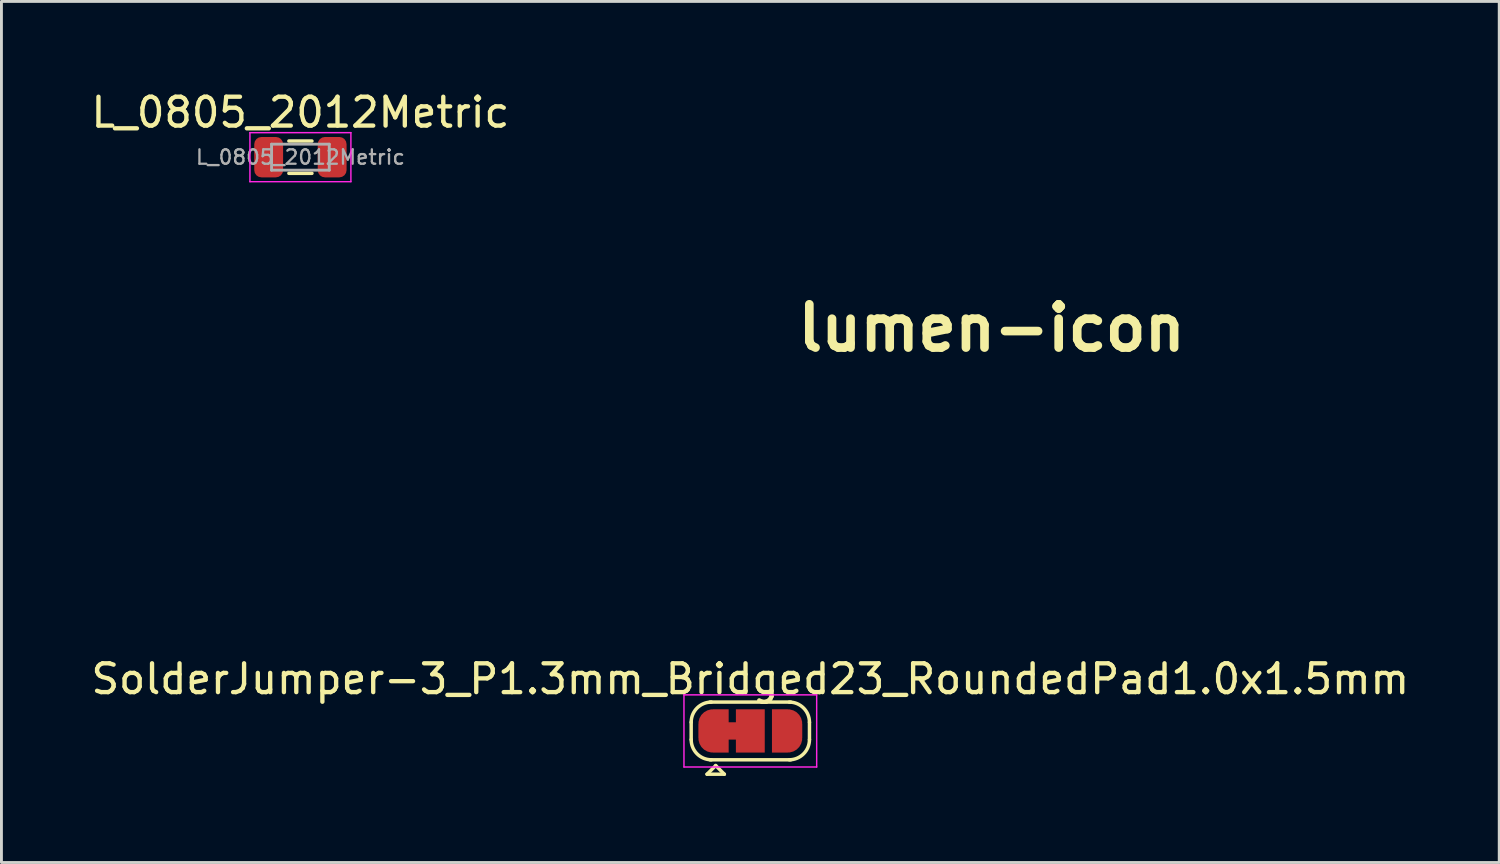
<source format=kicad_pcb>
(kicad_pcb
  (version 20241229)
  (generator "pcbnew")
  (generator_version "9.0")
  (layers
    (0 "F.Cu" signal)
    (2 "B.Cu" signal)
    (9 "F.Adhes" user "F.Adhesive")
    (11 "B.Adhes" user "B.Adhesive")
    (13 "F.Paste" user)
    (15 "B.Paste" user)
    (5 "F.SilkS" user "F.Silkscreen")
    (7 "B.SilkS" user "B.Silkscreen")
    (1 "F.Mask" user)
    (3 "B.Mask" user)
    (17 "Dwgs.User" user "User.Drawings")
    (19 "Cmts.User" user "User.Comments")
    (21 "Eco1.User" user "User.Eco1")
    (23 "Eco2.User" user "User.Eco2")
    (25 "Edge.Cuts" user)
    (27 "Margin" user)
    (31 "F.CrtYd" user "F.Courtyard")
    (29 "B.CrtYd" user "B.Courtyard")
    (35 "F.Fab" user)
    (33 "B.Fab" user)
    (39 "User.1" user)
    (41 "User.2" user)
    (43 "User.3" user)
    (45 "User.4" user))
  (footprint "lumen-icon"
    (layer "F.Cu")
    (at 31.325 8.319)
    (property "Reference" "lumen-icon" (at 0 0 0) (layer "F.SilkS") (effects (font (size 1.5 1.5) (thickness 0.3))))
    (attr board_only exclude_from_pos_files exclude_from_bom)
    (fp_poly (pts (xy 1.639 -6.7) (xy 3.258 -5.081) (xy 3.258 -4.191) (xy 3.258 -3.3) (xy 5.695 -3.3) (xy 8.132 -3.3) (xy 10.866 -0.565) (xy 13.601 2.17) (xy 13.601 5.244) (xy 13.601 8.319) (xy 12.312 8.319) (xy 11.022 8.319) (xy 11.022 6.884) (xy 11.022 5.449) (xy 0 5.449) (xy -11.022 5.449) (xy -11.022 6.884) (xy -11.022 8.319) (xy -12.294 8.318) (xy -12.515 8.318) (xy -12.709 8.318) (xy -12.878 8.317) (xy -13.025 8.317) (xy -13.15 8.316) (xy -13.256 8.315) (xy -13.343 8.314) (xy -13.414 8.313) (xy -13.47 8.311) (xy -13.513 8.309) (xy -13.545 8.307) (xy -13.566 8.304) (xy -13.578 8.301) (xy -13.584 8.298) (xy -13.586 8.292) (xy -13.587 8.276) (xy -13.588 8.25) (xy -13.589 8.212) (xy -13.591 8.164) (xy -13.592 8.103) (xy -13.593 8.029) (xy -13.593 7.941) (xy -13.594 7.84) (xy -13.595 7.723) (xy -13.596 7.59) (xy -13.596 7.441) (xy -13.597 7.276) (xy -13.597 7.092) (xy -13.598 6.891) (xy -13.598 6.67) (xy -13.598 6.429) (xy -13.598 6.169) (xy -13.599 5.887) (xy -13.599 5.583) (xy -13.599 5.257) (xy -13.599 4.908) (xy -13.599 4.536) (xy -13.598 4.139) (xy -13.598 3.716) (xy -13.598 3.269) (xy -13.598 2.794) (xy -13.597 2.312) (xy -13.597 1.824) (xy -13.597 1.477) (xy -3.359 1.477) (xy -3.347 1.597) (xy -3.311 1.715) (xy -3.249 1.83) (xy -3.16 1.944) (xy -3.068 2.038) (xy -2.926 2.155) (xy -2.76 2.265) (xy -2.57 2.368) (xy -2.358 2.463) (xy -2.127 2.55) (xy -1.879 2.628) (xy -1.615 2.696) (xy -1.337 2.754) (xy -1.046 2.801) (xy -0.746 2.837) (xy -0.541 2.854) (xy -0.44 2.859) (xy -0.318 2.864) (xy -0.183 2.866) (xy -0.041 2.867) (xy 0.102 2.867) (xy 0.239 2.865) (xy 0.364 2.862) (xy 0.469 2.858) (xy 0.499 2.856) (xy 0.819 2.828) (xy 1.126 2.788) (xy 1.419 2.738) (xy 1.697 2.677) (xy 1.958 2.606) (xy 2.202 2.526) (xy 2.426 2.437) (xy 2.63 2.34) (xy 2.812 2.235) (xy 2.972 2.122) (xy 3.106 2.002) (xy 3.216 1.875) (xy 3.231 1.854) (xy 3.301 1.734) (xy 3.344 1.613) (xy 3.361 1.493) (xy 3.351 1.373) (xy 3.316 1.254) (xy 3.256 1.137) (xy 3.172 1.023) (xy 3.064 0.911) (xy 2.933 0.804) (xy 2.779 0.701) (xy 2.603 0.603) (xy 2.406 0.511) (xy 2.188 0.425) (xy 1.949 0.346) (xy 1.879 0.326) (xy 1.636 0.262) (xy 1.378 0.208) (xy 1.101 0.162) (xy 0.802 0.124) (xy 0.728 0.116) (xy 0.601 0.105) (xy 0.453 0.097) (xy 0.288 0.092) (xy 0.113 0.089) (xy -0.067 0.089) (xy -0.246 0.092) (xy -0.418 0.097) (xy -0.578 0.105) (xy -0.72 0.116) (xy -0.783 0.122) (xy -1.147 0.169) (xy -1.486 0.23) (xy -1.801 0.304) (xy -2.092 0.39) (xy -2.302 0.467) (xy -2.516 0.56) (xy -2.708 0.659) (xy -2.876 0.763) (xy -3.02 0.873) (xy -3.14 0.986) (xy -3.234 1.103) (xy -3.302 1.224) (xy -3.344 1.347) (xy -3.359 1.472) (xy -3.359 1.477) (xy -13.597 1.477) (xy -13.597 1.363) (xy -13.597 0.927) (xy -13.596 0.659) (xy -12.09 0.659) (xy -10.111 -1.321) (xy -8.132 -3.3) (xy -5.695 -3.3) (xy -3.258 -3.3) (xy -3.258 -4.191) (xy -3.258 -5.081) (xy -2.395 -5.944) (xy -1.532 -6.808) (xy -5.116 -6.808) (xy -5.496 -6.808) (xy -5.849 -6.807) (xy -6.177 -6.807) (xy -6.479 -6.807) (xy -6.758 -6.807) (xy -7.014 -6.807) (xy -7.249 -6.806) (xy -7.463 -6.806) (xy -7.657 -6.806) (xy -7.832 -6.805) (xy -7.99 -6.804) (xy -8.131 -6.804) (xy -8.256 -6.803) (xy -8.367 -6.802) (xy -8.464 -6.801) (xy -8.548 -6.8) (xy -8.621 -6.798) (xy -8.683 -6.797) (xy -8.735 -6.796) (xy -8.778 -6.794) (xy -8.814 -6.792) (xy -8.843 -6.79) (xy -8.867 -6.788) (xy -8.875 -6.787) (xy -9.185 -6.737) (xy -9.489 -6.661) (xy -9.785 -6.559) (xy -10.07 -6.433) (xy -10.344 -6.284) (xy -10.603 -6.111) (xy -10.785 -5.969) (xy -10.875 -5.89) (xy -10.974 -5.795) (xy -11.076 -5.691) (xy -11.176 -5.585) (xy -11.267 -5.481) (xy -11.344 -5.386) (xy -11.365 -5.359) (xy -11.537 -5.109) (xy -11.685 -4.852) (xy -11.81 -4.583) (xy -11.914 -4.301) (xy -11.998 -4.003) (xy -12.052 -3.75) (xy -12.056 -3.728) (xy -12.06 -3.706) (xy -12.063 -3.684) (xy -12.066 -3.659) (xy -12.069 -3.632) (xy -12.071 -3.599) (xy -12.073 -3.56) (xy -12.075 -3.513) (xy -12.077 -3.458) (xy -12.078 -3.392) (xy -12.079 -3.314) (xy -12.08 -3.223) (xy -12.081 -3.117) (xy -12.082 -2.996) (xy -12.083 -2.857) (xy -12.084 -2.699) (xy -12.084 -2.521) (xy -12.085 -2.321) (xy -12.085 -2.098) (xy -12.086 -1.851) (xy -12.086 -1.578) (xy -12.086 -1.463) (xy -12.09 0.659) (xy -13.596 0.659) (xy -13.596 0.517) (xy -13.596 0.132) (xy -13.596 -0.23) (xy -13.596 -0.569) (xy -13.595 -0.886) (xy -13.595 -1.181) (xy -13.595 -1.456) (xy -13.594 -1.712) (xy -13.594 -1.949) (xy -13.593 -2.167) (xy -13.592 -2.369) (xy -13.592 -2.554) (xy -13.591 -2.723) (xy -13.589 -2.878) (xy -13.588 -3.018) (xy -13.587 -3.146) (xy -13.585 -3.261) (xy -13.584 -3.364) (xy -13.582 -3.457) (xy -13.579 -3.54) (xy -13.577 -3.613) (xy -13.574 -3.679) (xy -13.572 -3.736) (xy -13.569 -3.787) (xy -13.565 -3.833) (xy -13.562 -3.873) (xy -13.558 -3.908) (xy -13.553 -3.941) (xy -13.549 -3.97) (xy -13.544 -3.998) (xy -13.539 -4.025) (xy -13.533 -4.051) (xy -13.527 -4.078) (xy -13.521 -4.107) (xy -13.515 -4.137) (xy -13.508 -4.171) (xy -13.503 -4.194) (xy -13.417 -4.557) (xy -13.306 -4.911) (xy -13.17 -5.253) (xy -13.009 -5.585) (xy -12.826 -5.903) (xy -12.621 -6.207) (xy -12.394 -6.495) (xy -12.146 -6.768) (xy -11.879 -7.023) (xy -11.593 -7.259) (xy -11.289 -7.476) (xy -10.967 -7.672) (xy -10.928 -7.694) (xy -10.616 -7.851) (xy -10.295 -7.986) (xy -9.962 -8.099) (xy -9.615 -8.191) (xy -9.251 -8.262) (xy -9.13 -8.281) (xy -8.922 -8.311) (xy -4.451 -8.315) (xy 0.02 -8.319)) (stroke (width 0) (type solid)) (fill yes) (layer "F.Mask")))
  (footprint "L_0805_2012Metric"
    (layer "F.Cu")
    (at 7.363 2.398)
    (property "Reference" "L_0805_2012Metric" (at 0 -1.55 0) (layer "F.SilkS") (effects (font (size 1 1) (thickness 0.15))))
    (attr smd)
    (fp_line (start -0.4 -0.56) (end 0.4 -0.56) (stroke (width 0.12) (type solid)) (layer "F.SilkS"))
    (fp_line (start -0.4 0.56) (end 0.4 0.56) (stroke (width 0.12) (type solid)) (layer "F.SilkS"))
    (fp_line (start -1.75 -0.85) (end 1.75 -0.85) (stroke (width 0.05) (type solid)) (layer "F.CrtYd"))
    (fp_line (start -1.75 0.85) (end -1.75 -0.85) (stroke (width 0.05) (type solid)) (layer "F.CrtYd"))
    (fp_line (start 1.75 -0.85) (end 1.75 0.85) (stroke (width 0.05) (type solid)) (layer "F.CrtYd"))
    (fp_line (start 1.75 0.85) (end -1.75 0.85) (stroke (width 0.05) (type solid)) (layer "F.CrtYd"))
    (fp_line (start -1 -0.45) (end 1 -0.45) (stroke (width 0.1) (type solid)) (layer "F.Fab"))
    (fp_line (start -1 0.45) (end -1 -0.45) (stroke (width 0.1) (type solid)) (layer "F.Fab"))
    (fp_line (start 1 -0.45) (end 1 0.45) (stroke (width 0.1) (type solid)) (layer "F.Fab"))
    (fp_line (start 1 0.45) (end -1 0.45) (stroke (width 0.1) (type solid)) (layer "F.Fab"))
    (fp_text user "${REFERENCE}" (at 0 0 0) (layer "F.Fab") (effects (font (size 0.5 0.5) (thickness 0.08))))
    (pad "1" smd roundrect (at -1.1 0) (size 1 1.4) (layers "F.Cu" "F.Mask" "F.Paste") (roundrect_rratio 0.25))
    (pad "2" smd roundrect (at 1.1 0) (size 1 1.4) (layers "F.Cu" "F.Mask" "F.Paste") (roundrect_rratio 0.25)))
  (footprint "SolderJumper-3_P1.3mm_Bridged23_RoundedPad1.0x1.5mm"
    (layer "F.Cu")
    (at 22.958 22.286)
    (property "Reference" "SolderJumper-3_P1.3mm_Bridged23_RoundedPad1.0x1.5mm" (at 0 -1.8 0) (layer "F.SilkS") (effects (font (size 1 1) (thickness 0.15))))
    (attr exclude_from_pos_files exclude_from_bom)
    (fp_poly (pts (xy -0.9 -0.3) (xy -0.4 -0.3) (xy -0.4 0.3) (xy -0.9 0.3)) (stroke (width 0) (type solid)) (fill yes) (layer "F.Cu"))
    (fp_line (start -2.05 0.3) (end -2.05 -0.3) (stroke (width 0.12) (type solid)) (layer "F.SilkS"))
    (fp_line (start -1.5 1.5) (end -0.9 1.5) (stroke (width 0.12) (type solid)) (layer "F.SilkS"))
    (fp_line (start -1.4 -1) (end 1.4 -1) (stroke (width 0.12) (type solid)) (layer "F.SilkS"))
    (fp_line (start -1.2 1.2) (end -1.5 1.5) (stroke (width 0.12) (type solid)) (layer "F.SilkS"))
    (fp_line (start -1.2 1.2) (end -0.9 1.5) (stroke (width 0.12) (type solid)) (layer "F.SilkS"))
    (fp_line (start 1.4 1) (end -1.4 1) (stroke (width 0.12) (type solid)) (layer "F.SilkS"))
    (fp_line (start 2.05 -0.3) (end 2.05 0.3) (stroke (width 0.12) (type solid)) (layer "F.SilkS"))
    (fp_arc (start -2.05 -0.3) (mid -1.844975 -0.794975) (end -1.35 -1) (stroke (width 0.12) (type solid)) (layer "F.SilkS"))
    (fp_arc (start -1.35 1) (mid -1.844975 0.794975) (end -2.05 0.3) (stroke (width 0.12) (type solid)) (layer "F.SilkS"))
    (fp_arc (start 1.35 -1) (mid 1.844975 -0.794975) (end 2.05 -0.3) (stroke (width 0.12) (type solid)) (layer "F.SilkS"))
    (fp_arc (start 2.05 0.3) (mid 1.844975 0.794975) (end 1.35 1) (stroke (width 0.12) (type solid)) (layer "F.SilkS"))
    (fp_line (start -2.3 -1.25) (end -2.3 1.25) (stroke (width 0.05) (type solid)) (layer "F.CrtYd"))
    (fp_line (start -2.3 -1.25) (end 2.3 -1.25) (stroke (width 0.05) (type solid)) (layer "F.CrtYd"))
    (fp_line (start 2.3 1.25) (end -2.3 1.25) (stroke (width 0.05) (type solid)) (layer "F.CrtYd"))
    (fp_line (start 2.3 1.25) (end 2.3 -1.25) (stroke (width 0.05) (type solid)) (layer "F.CrtYd"))
    (pad "1" smd custom (at -1.3 0) (size 1 0.5) (layers "F.Cu" "F.Mask") (options (anchor rect)) (primitives (gr_circle (center 0 0.25) (end 0.5 0.25) (width 0) (fill yes)) (gr_circle (center 0 -0.25) (end 0.5 -0.25) (width 0) (fill yes)) (gr_poly (pts (xy 0.55 0.75) (xy 0 0.75) (xy 0 -0.75) (xy 0.55 -0.75)) (width 0) (fill yes))))
    (pad "2" smd rect (at 0 0) (size 1 1.5) (layers "F.Cu" "F.Mask"))
    (pad "3" smd custom (at 1.3 0) (size 1 0.5) (layers "F.Cu" "F.Mask") (options (anchor rect)) (primitives (gr_circle (center 0 0.25) (end 0.5 0.25) (width 0) (fill yes)) (gr_circle (center 0 -0.25) (end 0.5 -0.25) (width 0) (fill yes)) (gr_poly (pts (xy 0 0.75) (xy -0.55 0.75) (xy -0.55 -0.75) (xy 0 -0.75)) (width 0) (fill yes)))))
  (gr_rect
    (start -3 -3)
    (end 48.917 26.846)
    (stroke (width 0.1) (type default))
    (fill no)
    (layer "Edge.Cuts")))
</source>
